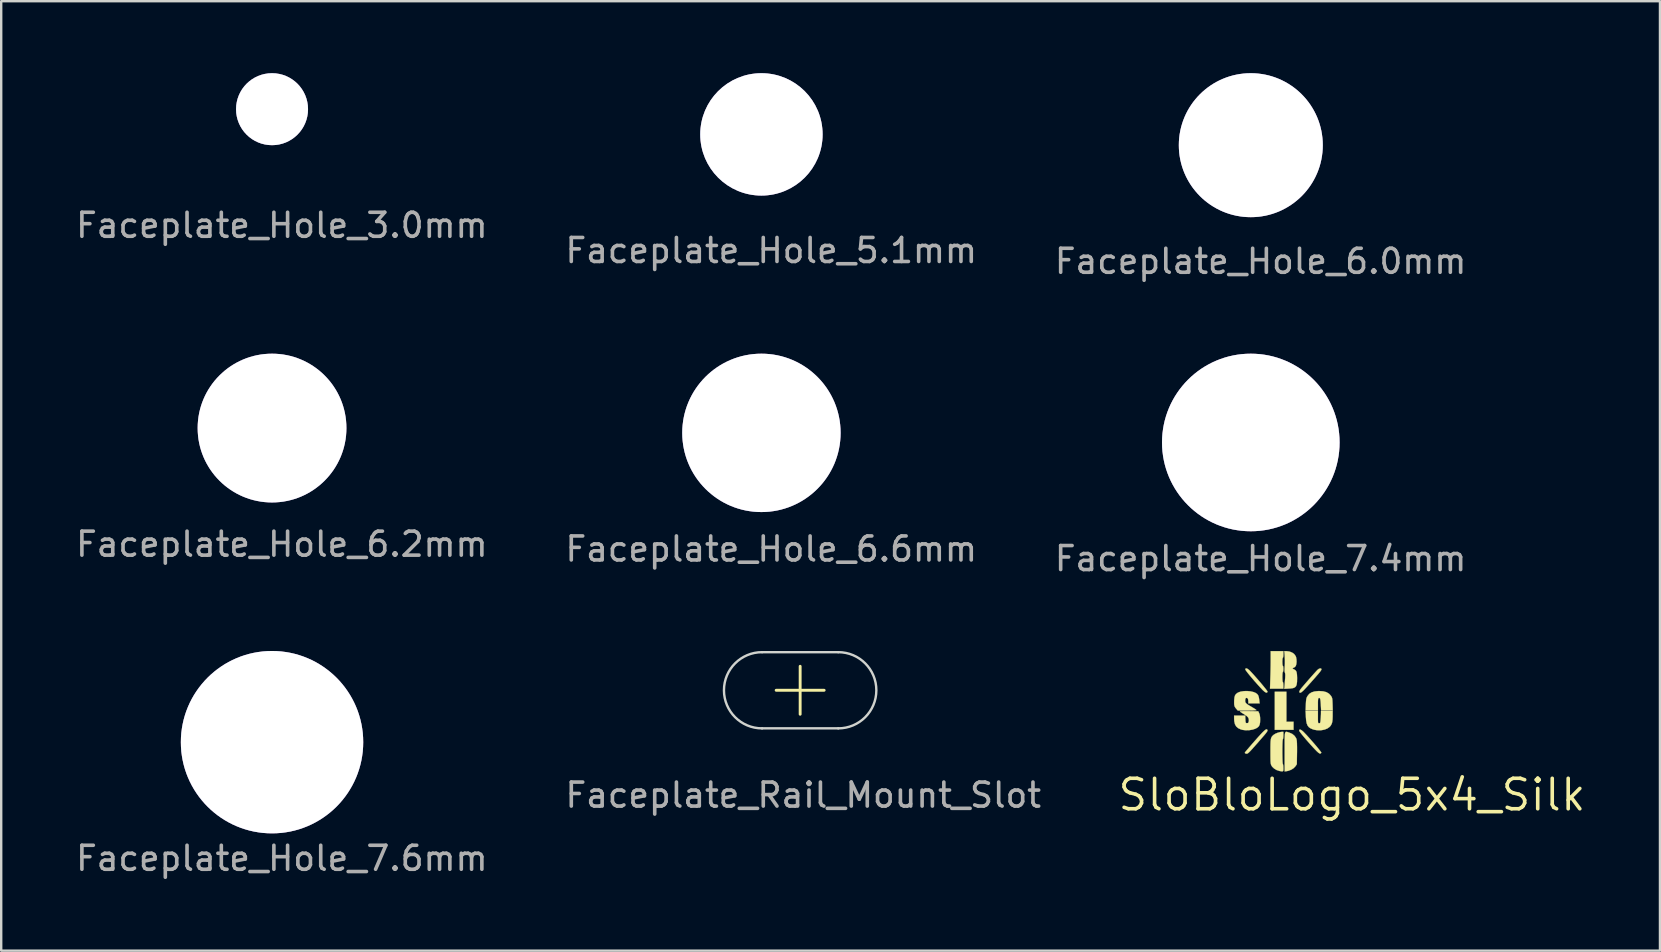
<source format=kicad_pcb>
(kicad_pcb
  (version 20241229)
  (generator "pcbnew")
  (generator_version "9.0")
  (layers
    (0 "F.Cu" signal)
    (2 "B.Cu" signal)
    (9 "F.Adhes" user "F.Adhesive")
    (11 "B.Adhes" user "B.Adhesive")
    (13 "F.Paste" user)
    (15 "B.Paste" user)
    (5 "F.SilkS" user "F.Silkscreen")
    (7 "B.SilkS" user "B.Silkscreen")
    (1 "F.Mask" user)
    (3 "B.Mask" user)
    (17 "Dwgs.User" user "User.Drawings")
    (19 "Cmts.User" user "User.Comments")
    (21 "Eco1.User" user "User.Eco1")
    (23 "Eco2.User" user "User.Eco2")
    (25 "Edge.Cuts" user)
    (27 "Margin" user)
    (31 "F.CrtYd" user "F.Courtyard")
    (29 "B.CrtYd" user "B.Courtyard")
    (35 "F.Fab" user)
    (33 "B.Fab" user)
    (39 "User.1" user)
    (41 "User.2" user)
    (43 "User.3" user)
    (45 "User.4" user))
  (footprint "Faceplate_Hole_6.6mm"
    (layer "F.Cu")
    (at 28.679 14.988)
    (property "Reference" "Faceplate_Hole_6.6mm" (at 0.41 4.84 0) (layer "F.Fab") (effects (font (size 1 1) (thickness 0.15))))
    (attr through_hole)
    (fp_line (start -1 0) (end 1 0) (stroke (width 0.12) (type solid)) (layer "F.SilkS"))
    (fp_line (start 0 -1) (end 0 1) (stroke (width 0.12) (type solid)) (layer "F.SilkS"))
    (fp_line (start -0.508 0) (end 0.508 0) (stroke (width 0.15) (type solid)) (layer "F.Fab"))
    (fp_line (start 0 -0.508) (end 0 0.508) (stroke (width 0.15) (type solid)) (layer "F.Fab"))
    (pad "1" thru_hole circle (at 0 0) (size 6.6 6.6) (drill 6.6) (layers "*.Cu" "*.Mask")))
  (footprint "Faceplate_Hole_5.1mm"
    (layer "F.Cu")
    (at 28.679 2.55)
    (property "Reference" "Faceplate_Hole_5.1mm" (at 0.41 4.84 0) (layer "F.Fab") (effects (font (size 1 1) (thickness 0.15))))
    (attr through_hole)
    (fp_line (start -1 0) (end 1 0) (stroke (width 0.12) (type solid)) (layer "F.SilkS"))
    (fp_line (start 0 -1) (end 0 1) (stroke (width 0.12) (type solid)) (layer "F.SilkS"))
    (fp_line (start -0.508 0) (end 0.508 0) (stroke (width 0.15) (type solid)) (layer "F.Fab"))
    (fp_line (start 0 -0.508) (end 0 0.508) (stroke (width 0.15) (type solid)) (layer "F.Fab"))
    (pad "1" thru_hole circle (at 0 0) (size 5.1 5.1) (drill 5.1) (layers "*.Cu" "*.Mask")))
  (footprint "Faceplate_Hole_6.0mm"
    (layer "F.Cu")
    (at 49.072 3)
    (property "Reference" "Faceplate_Hole_6.0mm" (at 0.41 4.84 0) (layer "F.Fab") (effects (font (size 1 1) (thickness 0.15))))
    (attr through_hole)
    (fp_line (start -1 0) (end 1 0) (stroke (width 0.12) (type solid)) (layer "F.SilkS"))
    (fp_line (start 0 -1) (end 0 1) (stroke (width 0.12) (type solid)) (layer "F.SilkS"))
    (fp_line (start -0.508 0) (end 0.508 0) (stroke (width 0.15) (type solid)) (layer "F.Fab"))
    (fp_line (start 0 -0.508) (end 0 0.508) (stroke (width 0.15) (type solid)) (layer "F.Fab"))
    (pad "1" thru_hole circle (at 0 0) (size 6 6) (drill 6) (layers "*.Cu" "*.Mask")))
  (footprint "Faceplate_Hole_3.0mm"
    (layer "F.Cu")
    (at 8.286 1.5)
    (property "Reference" "Faceplate_Hole_3.0mm" (at 0.41 4.84 0) (layer "F.Fab") (effects (font (size 1 1) (thickness 0.15))))
    (attr through_hole)
    (fp_line (start -1 0) (end 1 0) (stroke (width 0.12) (type solid)) (layer "F.SilkS"))
    (fp_line (start 0 -1) (end 0 1) (stroke (width 0.12) (type solid)) (layer "F.SilkS"))
    (fp_line (start -0.508 0) (end 0.508 0) (stroke (width 0.15) (type solid)) (layer "F.Fab"))
    (fp_line (start 0 -0.508) (end 0 0.508) (stroke (width 0.15) (type solid)) (layer "F.Fab"))
    (pad "1" thru_hole circle (at 0 0) (size 3 3) (drill 3) (layers "*.Cu" "*.Mask")))
  (footprint "Faceplate_Rail_Mount_Slot"
    (layer "F.Cu")
    (at 30.293 25.714)
    (property "Reference" "Faceplate_Rail_Mount_Slot" (at 0.13 4.37 0) (layer "F.Fab") (effects (font (size 1 1) (thickness 0.15))))
    (attr through_hole)
    (fp_line (start -1 0) (end 1 0) (stroke (width 0.12) (type solid)) (layer "F.SilkS"))
    (fp_line (start 0 -1) (end 0 1) (stroke (width 0.12) (type solid)) (layer "F.SilkS"))
    (fp_line (start -1.587 -1.587) (end 1.587 -1.587) (stroke (width 0.1) (type solid)) (layer "Edge.Cuts"))
    (fp_line (start -1.587 1.587) (end 1.587 1.587) (stroke (width 0.1) (type solid)) (layer "Edge.Cuts"))
    (fp_arc (start -1.5875 1.5875) (mid -3.175 0) (end -1.5875 -1.5875) (stroke (width 0.1) (type solid)) (layer "Edge.Cuts"))
    (fp_arc (start 1.5875 -1.5875) (mid 3.175 0) (end 1.5875 1.5875) (stroke (width 0.1) (type solid)) (layer "Edge.Cuts")))
  (footprint "Faceplate_Hole_7.6mm"
    (layer "F.Cu")
    (at 8.286 27.877)
    (property "Reference" "Faceplate_Hole_7.6mm" (at 0.41 4.84 0) (layer "F.Fab") (effects (font (size 1 1) (thickness 0.15))))
    (attr through_hole)
    (fp_line (start -1 0) (end 1 0) (stroke (width 0.12) (type solid)) (layer "F.SilkS"))
    (fp_line (start 0 -1) (end 0 1) (stroke (width 0.12) (type solid)) (layer "F.SilkS"))
    (fp_line (start -0.508 0) (end 0.508 0) (stroke (width 0.15) (type solid)) (layer "F.Fab"))
    (fp_line (start 0 -0.508) (end 0 0.508) (stroke (width 0.15) (type solid)) (layer "F.Fab"))
    (pad "1" thru_hole circle (at 0 0) (size 7.6 7.6) (drill 7.6) (layers "*.Cu" "*.Mask")))
  (footprint "Faceplate_Hole_7.4mm"
    (layer "F.Cu")
    (at 49.072 15.388)
    (property "Reference" "Faceplate_Hole_7.4mm" (at 0.41 4.84 0) (layer "F.Fab") (effects (font (size 1 1) (thickness 0.15))))
    (attr through_hole)
    (fp_line (start -1 0) (end 1 0) (stroke (width 0.12) (type solid)) (layer "F.SilkS"))
    (fp_line (start 0 -1) (end 0 1) (stroke (width 0.12) (type solid)) (layer "F.SilkS"))
    (fp_line (start -0.508 0) (end 0.508 0) (stroke (width 0.15) (type solid)) (layer "F.Fab"))
    (fp_line (start 0 -0.508) (end 0 0.508) (stroke (width 0.15) (type solid)) (layer "F.Fab"))
    (pad "1" thru_hole circle (at 0 0) (size 7.4 7.4) (drill 7.4) (layers "*.Cu" "*.Mask")))
  (footprint "SloBloLogo_5x4_Silk"
    (layer "F.Cu")
    (at 53.287 30.072)
    (property "Reference" "SloBloLogo_5x4_Silk" (at 0 0 0) (layer "F.SilkS") (effects (font (size 1.27 1.27) (thickness 0.15))))
    (attr through_hole)
    (fp_poly (pts (xy -2.731 -3.048) (xy -2.434 -3.048) (xy -2.434 -2.709) (xy -3.217 -2.709) (xy -3.217 -4.297) (xy -2.731 -4.297) (xy -2.731 -3.048)) (stroke (width 0.01) (type solid)) (fill yes) (layer "F.SilkS"))
    (fp_poly (pts (xy -2.697 -2.621) (xy -2.657 -2.608) (xy -2.607 -2.592) (xy -2.603 -2.591) (xy -2.486 -2.538) (xy -2.391 -2.458) (xy -2.325 -2.359) (xy -2.308 -2.309) (xy -2.298 -2.246) (xy -2.292 -2.141) (xy -2.289 -1.994) (xy -2.289 -1.807) (xy -2.29 -1.748) (xy -2.297 -1.277) (xy -2.354 -1.191) (xy -2.424 -1.116) (xy -2.524 -1.051) (xy -2.639 -1.005) (xy -2.72 -0.987) (xy -2.805 -0.975) (xy -2.805 -1.8) (xy -2.805 -2.013) (xy -2.805 -2.188) (xy -2.805 -2.328) (xy -2.802 -2.436) (xy -2.797 -2.516) (xy -2.788 -2.572) (xy -2.774 -2.607) (xy -2.755 -2.624) (xy -2.73 -2.628) (xy -2.697 -2.621)) (stroke (width 0.01) (type solid)) (fill yes) (layer "F.SilkS"))
    (fp_poly (pts (xy -4.344 -5.248) (xy -4.28 -5.198) (xy -4.251 -5.17) (xy -4.17 -5.084) (xy -4.079 -4.984) (xy -3.984 -4.876) (xy -3.888 -4.766) (xy -3.794 -4.656) (xy -3.708 -4.553) (xy -3.634 -4.461) (xy -3.574 -4.386) (xy -3.534 -4.331) (xy -3.518 -4.302) (xy -3.518 -4.3) (xy -3.539 -4.262) (xy -3.58 -4.261) (xy -3.64 -4.296) (xy -3.719 -4.367) (xy -3.738 -4.386) (xy -3.836 -4.491) (xy -3.939 -4.605) (xy -4.042 -4.721) (xy -4.141 -4.836) (xy -4.233 -4.945) (xy -4.313 -5.042) (xy -4.377 -5.124) (xy -4.422 -5.186) (xy -4.444 -5.222) (xy -4.445 -5.227) (xy -4.432 -5.265) (xy -4.397 -5.271) (xy -4.344 -5.248)) (stroke (width 0.01) (type solid)) (fill yes) (layer "F.SilkS"))
    (fp_poly (pts (xy -2.102 -2.695) (xy -2.031 -2.636) (xy -2.028 -2.633) (xy -1.965 -2.569) (xy -1.887 -2.487) (xy -1.801 -2.392) (xy -1.709 -2.288) (xy -1.616 -2.182) (xy -1.526 -2.077) (xy -1.443 -1.979) (xy -1.373 -1.893) (xy -1.319 -1.824) (xy -1.285 -1.777) (xy -1.275 -1.757) (xy -1.298 -1.728) (xy -1.325 -1.719) (xy -1.356 -1.727) (xy -1.404 -1.761) (xy -1.472 -1.823) (xy -1.536 -1.889) (xy -1.631 -1.99) (xy -1.73 -2.099) (xy -1.829 -2.211) (xy -1.925 -2.321) (xy -2.012 -2.425) (xy -2.088 -2.517) (xy -2.147 -2.593) (xy -2.186 -2.647) (xy -2.201 -2.676) (xy -2.201 -2.676) (xy -2.189 -2.716) (xy -2.155 -2.722) (xy -2.102 -2.695)) (stroke (width 0.01) (type solid)) (fill yes) (layer "F.SilkS"))
    (fp_poly (pts (xy -1.287 -5.265) (xy -1.27 -5.238) (xy -1.27 -5.236) (xy -1.274 -5.218) (xy -1.286 -5.193) (xy -1.309 -5.157) (xy -1.347 -5.108) (xy -1.401 -5.042) (xy -1.475 -4.957) (xy -1.57 -4.847) (xy -1.69 -4.712) (xy -1.763 -4.63) (xy -1.88 -4.5) (xy -1.973 -4.4) (xy -2.045 -4.328) (xy -2.1 -4.281) (xy -2.139 -4.258) (xy -2.167 -4.255) (xy -2.186 -4.271) (xy -2.194 -4.287) (xy -2.188 -4.322) (xy -2.159 -4.377) (xy -2.131 -4.415) (xy -2.09 -4.466) (xy -2.027 -4.54) (xy -1.949 -4.631) (xy -1.861 -4.733) (xy -1.769 -4.839) (xy -1.677 -4.943) (xy -1.591 -5.039) (xy -1.518 -5.12) (xy -1.462 -5.181) (xy -1.432 -5.212) (xy -1.379 -5.251) (xy -1.327 -5.269) (xy -1.287 -5.265)) (stroke (width 0.01) (type solid)) (fill yes) (layer "F.SilkS"))
    (fp_poly (pts (xy -3.534 -2.721) (xy -3.521 -2.699) (xy -3.519 -2.682) (xy -3.524 -2.661) (xy -3.541 -2.631) (xy -3.571 -2.588) (xy -3.618 -2.529) (xy -3.686 -2.449) (xy -3.776 -2.345) (xy -3.873 -2.233) (xy -3.998 -2.09) (xy -4.1 -1.976) (xy -4.179 -1.887) (xy -4.241 -1.821) (xy -4.288 -1.774) (xy -4.323 -1.743) (xy -4.35 -1.725) (xy -4.372 -1.716) (xy -4.39 -1.714) (xy -4.436 -1.723) (xy -4.456 -1.737) (xy -4.462 -1.745) (xy -4.463 -1.754) (xy -4.458 -1.768) (xy -4.442 -1.791) (xy -4.412 -1.828) (xy -4.366 -1.882) (xy -4.299 -1.96) (xy -4.209 -2.064) (xy -4.191 -2.085) (xy -4.041 -2.257) (xy -3.916 -2.398) (xy -3.814 -2.511) (xy -3.731 -2.599) (xy -3.666 -2.662) (xy -3.616 -2.704) (xy -3.579 -2.726) (xy -3.552 -2.731) (xy -3.534 -2.721)) (stroke (width 0.01) (type solid)) (fill yes) (layer "F.SilkS"))
    (fp_poly (pts (xy -1.418 -3.239) (xy -1.418 -3.131) (xy -1.416 -3.06) (xy -1.412 -3.016) (xy -1.403 -2.994) (xy -1.389 -2.986) (xy -1.368 -2.985) (xy -1.343 -2.987) (xy -1.327 -3.002) (xy -1.317 -3.037) (xy -1.309 -3.101) (xy -1.305 -3.146) (xy -1.298 -3.24) (xy -1.293 -3.331) (xy -1.291 -3.4) (xy -1.291 -3.4) (xy -1.291 -3.493) (xy -0.804 -3.493) (xy -0.804 -3.286) (xy -0.808 -3.145) (xy -0.821 -3.037) (xy -0.846 -2.954) (xy -0.884 -2.886) (xy -0.929 -2.834) (xy -1.025 -2.765) (xy -1.148 -2.717) (xy -1.288 -2.692) (xy -1.436 -2.69) (xy -1.58 -2.714) (xy -1.625 -2.728) (xy -1.724 -2.77) (xy -1.799 -2.823) (xy -1.852 -2.892) (xy -1.888 -2.985) (xy -1.91 -3.107) (xy -1.921 -3.254) (xy -1.932 -3.493) (xy -1.418 -3.493) (xy -1.418 -3.239)) (stroke (width 0.01) (type solid)) (fill yes) (layer "F.SilkS"))
    (fp_poly (pts (xy -2.857 -5.853) (xy -2.86 -5.781) (xy -2.868 -5.731) (xy -2.879 -5.715) (xy -2.889 -5.695) (xy -2.897 -5.641) (xy -2.9 -5.561) (xy -2.9 -5.546) (xy -2.897 -5.462) (xy -2.891 -5.403) (xy -2.881 -5.377) (xy -2.879 -5.376) (xy -2.867 -5.357) (xy -2.86 -5.307) (xy -2.857 -5.249) (xy -2.861 -5.182) (xy -2.869 -5.136) (xy -2.879 -5.122) (xy -2.888 -5.102) (xy -2.896 -5.046) (xy -2.899 -4.96) (xy -2.9 -4.911) (xy -2.898 -4.812) (xy -2.892 -4.741) (xy -2.884 -4.703) (xy -2.879 -4.699) (xy -2.868 -4.68) (xy -2.86 -4.628) (xy -2.857 -4.561) (xy -2.857 -4.424) (xy -3.415 -4.424) (xy -3.401 -4.872) (xy -3.396 -5.034) (xy -3.392 -5.209) (xy -3.389 -5.382) (xy -3.387 -5.54) (xy -3.387 -5.655) (xy -3.387 -5.99) (xy -2.857 -5.99) (xy -2.857 -5.853)) (stroke (width 0.01) (type solid)) (fill yes) (layer "F.SilkS"))
    (fp_poly (pts (xy -1.2 -4.315) (xy -1.064 -4.279) (xy -0.958 -4.217) (xy -0.876 -4.128) (xy -0.875 -4.126) (xy -0.849 -4.085) (xy -0.832 -4.046) (xy -0.821 -4) (xy -0.814 -3.937) (xy -0.81 -3.847) (xy -0.807 -3.775) (xy -0.8 -3.514) (xy -1.285 -3.514) (xy -1.298 -3.761) (xy -1.306 -3.88) (xy -1.316 -3.963) (xy -1.329 -4.013) (xy -1.347 -4.037) (xy -1.373 -4.04) (xy -1.385 -4.036) (xy -1.399 -4.024) (xy -1.409 -3.996) (xy -1.415 -3.946) (xy -1.418 -3.866) (xy -1.418 -3.768) (xy -1.418 -3.514) (xy -1.932 -3.514) (xy -1.922 -3.766) (xy -1.916 -3.878) (xy -1.909 -3.957) (xy -1.898 -4.015) (xy -1.882 -4.062) (xy -1.859 -4.108) (xy -1.855 -4.113) (xy -1.782 -4.206) (xy -1.683 -4.271) (xy -1.555 -4.31) (xy -1.395 -4.326) (xy -1.368 -4.326) (xy -1.2 -4.315)) (stroke (width 0.01) (type solid)) (fill yes) (layer "F.SilkS"))
    (fp_poly (pts (xy -2.737 -5.99) (xy -2.61 -5.974) (xy -2.496 -5.931) (xy -2.405 -5.865) (xy -2.344 -5.78) (xy -2.329 -5.74) (xy -2.312 -5.645) (xy -2.308 -5.541) (xy -2.318 -5.446) (xy -2.339 -5.376) (xy -2.377 -5.328) (xy -2.424 -5.3) (xy -2.468 -5.283) (xy -2.469 -5.261) (xy -2.429 -5.235) (xy -2.412 -5.228) (xy -2.362 -5.199) (xy -2.326 -5.157) (xy -2.303 -5.095) (xy -2.291 -5.006) (xy -2.286 -4.884) (xy -2.286 -4.849) (xy -2.289 -4.708) (xy -2.303 -4.603) (xy -2.331 -4.528) (xy -2.379 -4.479) (xy -2.45 -4.449) (xy -2.55 -4.433) (xy -2.632 -4.428) (xy -2.819 -4.418) (xy -2.807 -4.575) (xy -2.798 -4.683) (xy -2.789 -4.803) (xy -2.782 -4.887) (xy -2.778 -4.998) (xy -2.787 -5.072) (xy -2.794 -5.091) (xy -2.808 -5.15) (xy -2.808 -5.248) (xy -2.806 -5.283) (xy -2.795 -5.458) (xy -2.795 -5.631) (xy -2.806 -5.825) (xy -2.806 -5.826) (xy -2.819 -5.99) (xy -2.737 -5.99)) (stroke (width 0.01) (type solid)) (fill yes) (layer "F.SilkS"))
    (fp_poly (pts (xy -4.293 -3.488) (xy -3.905 -3.482) (xy -3.866 -3.402) (xy -3.842 -3.331) (xy -3.829 -3.238) (xy -3.826 -3.148) (xy -3.829 -3.022) (xy -3.846 -2.929) (xy -3.878 -2.86) (xy -3.932 -2.808) (xy -4.01 -2.762) (xy -4.01 -2.762) (xy -4.134 -2.719) (xy -4.279 -2.695) (xy -4.43 -2.691) (xy -4.57 -2.709) (xy -4.631 -2.727) (xy -4.744 -2.78) (xy -4.825 -2.852) (xy -4.877 -2.946) (xy -4.905 -3.069) (xy -4.911 -3.184) (xy -4.911 -3.302) (xy -4.447 -3.302) (xy -4.441 -3.149) (xy -4.436 -3.069) (xy -4.43 -3.022) (xy -4.417 -2.999) (xy -4.394 -2.99) (xy -4.384 -2.988) (xy -4.335 -2.994) (xy -4.307 -3.031) (xy -4.297 -3.104) (xy -4.297 -3.112) (xy -4.304 -3.175) (xy -4.331 -3.229) (xy -4.382 -3.282) (xy -4.464 -3.339) (xy -4.51 -3.368) (xy -4.58 -3.411) (xy -4.635 -3.448) (xy -4.666 -3.471) (xy -4.669 -3.474) (xy -4.653 -3.481) (xy -4.6 -3.485) (xy -4.515 -3.488) (xy -4.402 -3.489) (xy -4.293 -3.488)) (stroke (width 0.01) (type solid)) (fill yes) (layer "F.SilkS"))
    (fp_poly (pts (xy -4.219 -4.312) (xy -4.093 -4.282) (xy -4.015 -4.248) (xy -3.952 -4.205) (xy -3.91 -4.151) (xy -3.883 -4.077) (xy -3.865 -3.973) (xy -3.863 -3.953) (xy -3.847 -3.81) (xy -4.318 -3.81) (xy -4.318 -3.879) (xy -4.326 -3.972) (xy -4.35 -4.027) (xy -4.383 -4.043) (xy -4.422 -4.032) (xy -4.443 -3.996) (xy -4.449 -3.927) (xy -4.449 -3.92) (xy -4.446 -3.879) (xy -4.432 -3.843) (xy -4.403 -3.808) (xy -4.353 -3.769) (xy -4.276 -3.72) (xy -4.168 -3.657) (xy -4.162 -3.653) (xy -4.084 -3.607) (xy -4.023 -3.568) (xy -3.987 -3.54) (xy -3.979 -3.531) (xy -3.999 -3.526) (xy -4.055 -3.521) (xy -4.14 -3.517) (xy -4.248 -3.515) (xy -4.369 -3.514) (xy -4.758 -3.514) (xy -4.824 -3.588) (xy -4.865 -3.64) (xy -4.892 -3.691) (xy -4.906 -3.752) (xy -4.91 -3.833) (xy -4.908 -3.945) (xy -4.908 -3.945) (xy -4.897 -4.059) (xy -4.874 -4.141) (xy -4.833 -4.201) (xy -4.768 -4.25) (xy -4.738 -4.267) (xy -4.633 -4.304) (xy -4.502 -4.323) (xy -4.36 -4.326) (xy -4.219 -4.312)) (stroke (width 0.01) (type solid)) (fill yes) (layer "F.SilkS"))
    (fp_poly (pts (xy -2.857 -2.478) (xy -2.86 -2.403) (xy -2.868 -2.345) (xy -2.878 -2.318) (xy -2.879 -2.318) (xy -2.885 -2.293) (xy -2.891 -2.234) (xy -2.895 -2.146) (xy -2.898 -2.038) (xy -2.9 -1.916) (xy -2.9 -1.787) (xy -2.899 -1.659) (xy -2.897 -1.539) (xy -2.894 -1.434) (xy -2.89 -1.351) (xy -2.884 -1.298) (xy -2.879 -1.281) (xy -2.868 -1.254) (xy -2.861 -1.198) (xy -2.858 -1.123) (xy -2.857 -1.121) (xy -2.858 -1.043) (xy -2.865 -0.998) (xy -2.888 -0.979) (xy -2.934 -0.98) (xy -3.013 -0.994) (xy -3.026 -0.997) (xy -3.14 -1.034) (xy -3.244 -1.096) (xy -3.325 -1.174) (xy -3.353 -1.217) (xy -3.367 -1.246) (xy -3.378 -1.278) (xy -3.386 -1.317) (xy -3.391 -1.37) (xy -3.394 -1.442) (xy -3.396 -1.541) (xy -3.397 -1.67) (xy -3.397 -1.81) (xy -3.397 -1.982) (xy -3.395 -2.118) (xy -3.391 -2.223) (xy -3.382 -2.302) (xy -3.369 -2.362) (xy -3.35 -2.407) (xy -3.324 -2.444) (xy -3.29 -2.479) (xy -3.259 -2.505) (xy -3.187 -2.55) (xy -3.092 -2.589) (xy -2.992 -2.616) (xy -2.917 -2.625) (xy -2.857 -2.625) (xy -2.857 -2.478)) (stroke (width 0.01) (type solid)) (fill yes) (layer "F.SilkS")))
  (footprint "Faceplate_Hole_6.2mm"
    (layer "F.Cu")
    (at 8.286 14.788)
    (property "Reference" "Faceplate_Hole_6.2mm" (at 0.41 4.84 0) (layer "F.Fab") (effects (font (size 1 1) (thickness 0.15))))
    (attr through_hole)
    (fp_line (start -1 0) (end 1 0) (stroke (width 0.12) (type solid)) (layer "F.SilkS"))
    (fp_line (start 0 -1) (end 0 1) (stroke (width 0.12) (type solid)) (layer "F.SilkS"))
    (fp_line (start -0.508 0) (end 0.508 0) (stroke (width 0.15) (type solid)) (layer "F.Fab"))
    (fp_line (start 0 -0.508) (end 0 0.508) (stroke (width 0.15) (type solid)) (layer "F.Fab"))
    (pad "1" thru_hole circle (at 0 0) (size 6.2 6.2) (drill 6.2) (layers "*.Cu" "*.Mask")))
  (gr_rect
    (start -3 -3)
    (end 66.122 36.565)
    (stroke (width 0.1) (type default))
    (fill no)
    (layer "Edge.Cuts")))
</source>
